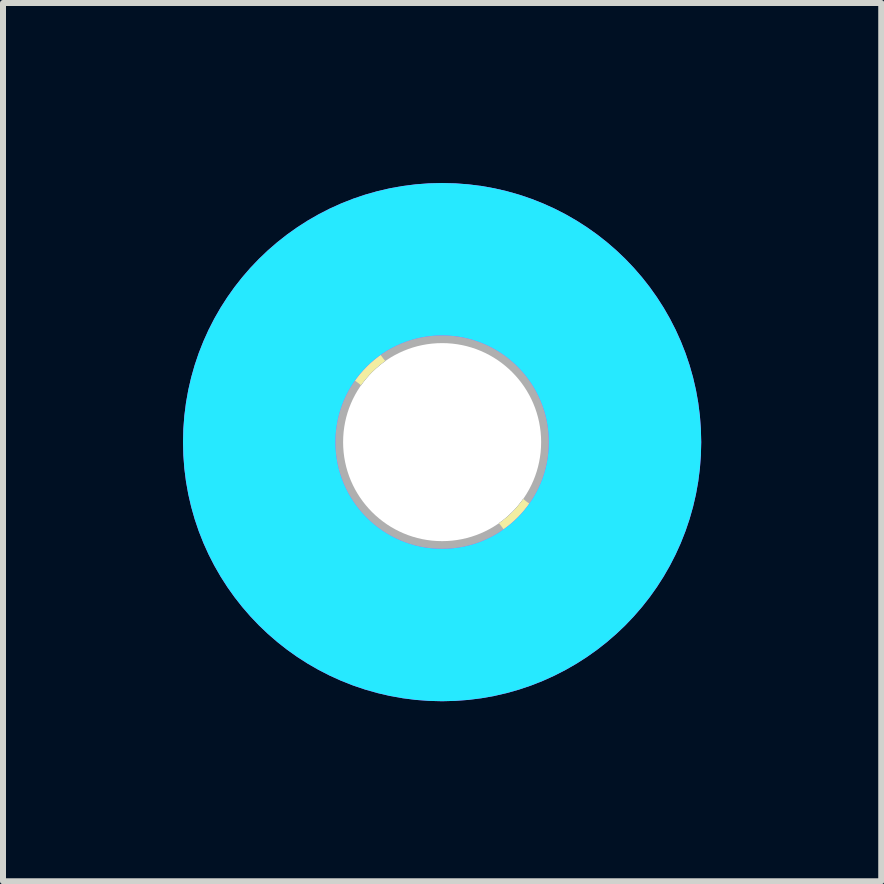
<source format=kicad_pcb>
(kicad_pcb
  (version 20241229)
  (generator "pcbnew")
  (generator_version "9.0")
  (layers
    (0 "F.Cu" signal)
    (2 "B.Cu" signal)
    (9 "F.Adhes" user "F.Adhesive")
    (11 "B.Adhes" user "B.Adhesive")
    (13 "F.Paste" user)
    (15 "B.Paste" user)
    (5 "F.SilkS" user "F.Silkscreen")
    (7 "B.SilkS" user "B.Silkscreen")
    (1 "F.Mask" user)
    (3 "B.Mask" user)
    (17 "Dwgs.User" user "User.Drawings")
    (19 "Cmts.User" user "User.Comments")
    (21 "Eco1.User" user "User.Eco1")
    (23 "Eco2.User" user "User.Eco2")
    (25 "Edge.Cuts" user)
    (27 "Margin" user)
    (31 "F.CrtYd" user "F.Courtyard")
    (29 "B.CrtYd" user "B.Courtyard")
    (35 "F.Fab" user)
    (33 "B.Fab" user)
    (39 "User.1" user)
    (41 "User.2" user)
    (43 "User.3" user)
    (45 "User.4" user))
  (footprint "footprint"
    (layer "F.Cu")
    (at 4.318 4.318)
    (property "Reference" "footprint" (at 0 0 0) (layer "F.SilkS") (effects (font (size 1.27 1.27) (thickness 0.15))))
    (fp_circle (center 0 0) (end 1.75 0) (stroke (width 0.203) (type solid)) (fill no) (layer "F.SilkS"))
    (fp_circle (center 0 0) (end 3.429 0) (stroke (width 0.152) (type solid)) (fill no) (layer "F.SilkS"))
    (fp_circle (center 0 0) (end 3.048 0) (stroke (width 2.54) (type solid)) (fill no) (layer "B.CrtYd"))
    (fp_circle (center 0 0) (end 3.048 0) (stroke (width 2.54) (type solid)) (fill no) (layer "F.CrtYd"))
    (fp_arc (start 0 -2.159) (mid 1.526644 -1.526644) (end 2.159 0) (stroke (width 2.4892) (type solid)) (layer "F.Fab"))
    (fp_arc (start 0 2.159) (mid -1.526644 1.526644) (end -2.159 0) (stroke (width 2.4892) (type solid)) (layer "F.Fab"))
    (fp_circle (center 0 0) (end 0.762 0) (stroke (width 0.457) (type solid)) (fill no) (layer "F.Fab"))
    (pad "" np_thru_hole circle (at 0 0) (size 3.3 3.3) (drill 3.3) (layers "*.Cu" "*.Mask"))
    (zone (net_name "") (layer "F.Cu") (hatch edge 0.508) (connect_pads) (min_thickness 0.254) (filled_areas_thickness no) (keepout (tracks not_allowed) (vias not_allowed) (pads not_allowed) (copperpour not_allowed) (footprints allowed)) (placement (enabled no)) (fill) (polygon (pts (xy 8.382 4.318) (xy 8.32 3.612) (xy 8.137 2.928) (xy 7.838 2.286) (xy 7.431 1.706) (xy 6.93 1.205) (xy 6.35 0.798) (xy 5.708 0.499) (xy 5.024 0.316) (xy 4.318 0.254) (xy 3.612 0.316) (xy 2.928 0.499) (xy 2.286 0.798) (xy 1.706 1.205) (xy 1.205 1.706) (xy 0.798 2.286) (xy 0.499 2.928) (xy 0.316 3.612) (xy 0.254 4.318) (xy 0.316 5.024) (xy 0.499 5.708) (xy 0.798 6.35) (xy 1.205 6.93) (xy 1.706 7.431) (xy 2.286 7.838) (xy 2.928 8.137) (xy 3.612 8.32) (xy 4.318 8.382) (xy 5.024 8.32) (xy 5.708 8.137) (xy 6.35 7.838) (xy 6.93 7.431) (xy 7.431 6.93) (xy 7.838 6.35) (xy 8.137 5.708) (xy 8.32 5.024))) (polygon (pts (xy 6.35 4.318) (xy 6.319 3.965) (xy 6.227 3.623) (xy 6.078 3.302) (xy 5.875 3.012) (xy 5.624 2.761) (xy 5.334 2.558) (xy 5.013 2.409) (xy 4.671 2.317) (xy 4.318 2.286) (xy 3.965 2.317) (xy 3.623 2.409) (xy 3.302 2.558) (xy 3.012 2.761) (xy 2.761 3.012) (xy 2.558 3.302) (xy 2.409 3.623) (xy 2.317 3.965) (xy 2.286 4.318) (xy 2.317 4.671) (xy 2.409 5.013) (xy 2.558 5.334) (xy 2.761 5.624) (xy 3.012 5.875) (xy 3.302 6.078) (xy 3.623 6.227) (xy 3.965 6.319) (xy 4.318 6.35) (xy 4.671 6.319) (xy 5.013 6.227) (xy 5.334 6.078) (xy 5.624 5.875) (xy 5.875 5.624) (xy 6.078 5.334) (xy 6.227 5.013) (xy 6.319 4.671))))
    (zone (net_name "") (layers "F.Cu" "B.Cu") (hatch edge 0.508) (connect_pads) (min_thickness 0.254) (filled_areas_thickness no) (keepout (tracks allowed) (vias not_allowed) (pads allowed) (copperpour allowed) (footprints allowed)) (placement (enabled no)) (fill) (polygon (pts (xy 8.382 4.318) (xy 8.32 3.612) (xy 8.137 2.928) (xy 7.838 2.286) (xy 7.431 1.706) (xy 6.93 1.205) (xy 6.35 0.798) (xy 5.708 0.499) (xy 5.024 0.316) (xy 4.318 0.254) (xy 3.612 0.316) (xy 2.928 0.499) (xy 2.286 0.798) (xy 1.706 1.205) (xy 1.205 1.706) (xy 0.798 2.286) (xy 0.499 2.928) (xy 0.316 3.612) (xy 0.254 4.318) (xy 0.316 5.024) (xy 0.499 5.708) (xy 0.798 6.35) (xy 1.205 6.93) (xy 1.706 7.431) (xy 2.286 7.838) (xy 2.928 8.137) (xy 3.612 8.32) (xy 4.318 8.382) (xy 5.024 8.32) (xy 5.708 8.137) (xy 6.35 7.838) (xy 6.93 7.431) (xy 7.431 6.93) (xy 7.838 6.35) (xy 8.137 5.708) (xy 8.32 5.024))) (polygon (pts (xy 6.35 4.318) (xy 6.319 3.965) (xy 6.227 3.623) (xy 6.078 3.302) (xy 5.875 3.012) (xy 5.624 2.761) (xy 5.334 2.558) (xy 5.013 2.409) (xy 4.671 2.317) (xy 4.318 2.286) (xy 3.965 2.317) (xy 3.623 2.409) (xy 3.302 2.558) (xy 3.012 2.761) (xy 2.761 3.012) (xy 2.558 3.302) (xy 2.409 3.623) (xy 2.317 3.965) (xy 2.286 4.318) (xy 2.317 4.671) (xy 2.409 5.013) (xy 2.558 5.334) (xy 2.761 5.624) (xy 3.012 5.875) (xy 3.302 6.078) (xy 3.623 6.227) (xy 3.965 6.319) (xy 4.318 6.35) (xy 4.671 6.319) (xy 5.013 6.227) (xy 5.334 6.078) (xy 5.624 5.875) (xy 5.875 5.624) (xy 6.078 5.334) (xy 6.227 5.013) (xy 6.319 4.671))))
    (zone (net_name "") (layer "B.Cu") (hatch edge 0.508) (connect_pads) (min_thickness 0.254) (filled_areas_thickness no) (keepout (tracks not_allowed) (vias not_allowed) (pads not_allowed) (copperpour not_allowed) (footprints allowed)) (placement (enabled no)) (fill) (polygon (pts (xy 8.382 4.318) (xy 8.32 3.612) (xy 8.137 2.928) (xy 7.838 2.286) (xy 7.431 1.706) (xy 6.93 1.205) (xy 6.35 0.798) (xy 5.708 0.499) (xy 5.024 0.316) (xy 4.318 0.254) (xy 3.612 0.316) (xy 2.928 0.499) (xy 2.286 0.798) (xy 1.706 1.205) (xy 1.205 1.706) (xy 0.798 2.286) (xy 0.499 2.928) (xy 0.316 3.612) (xy 0.254 4.318) (xy 0.316 5.024) (xy 0.499 5.708) (xy 0.798 6.35) (xy 1.205 6.93) (xy 1.706 7.431) (xy 2.286 7.838) (xy 2.928 8.137) (xy 3.612 8.32) (xy 4.318 8.382) (xy 5.024 8.32) (xy 5.708 8.137) (xy 6.35 7.838) (xy 6.93 7.431) (xy 7.431 6.93) (xy 7.838 6.35) (xy 8.137 5.708) (xy 8.32 5.024))) (polygon (pts (xy 6.35 4.318) (xy 6.319 3.965) (xy 6.227 3.623) (xy 6.078 3.302) (xy 5.875 3.012) (xy 5.624 2.761) (xy 5.334 2.558) (xy 5.013 2.409) (xy 4.671 2.317) (xy 4.318 2.286) (xy 3.965 2.317) (xy 3.623 2.409) (xy 3.302 2.558) (xy 3.012 2.761) (xy 2.761 3.012) (xy 2.558 3.302) (xy 2.409 3.623) (xy 2.317 3.965) (xy 2.286 4.318) (xy 2.317 4.671) (xy 2.409 5.013) (xy 2.558 5.334) (xy 2.761 5.624) (xy 3.012 5.875) (xy 3.302 6.078) (xy 3.623 6.227) (xy 3.965 6.319) (xy 4.318 6.35) (xy 4.671 6.319) (xy 5.013 6.227) (xy 5.334 6.078) (xy 5.624 5.875) (xy 5.875 5.624) (xy 6.078 5.334) (xy 6.227 5.013) (xy 6.319 4.671)))))
  (gr_rect
    (start -3 -3)
    (end 11.636 11.636)
    (stroke (width 0.1) (type default))
    (fill no)
    (layer "Edge.Cuts")))
</source>
